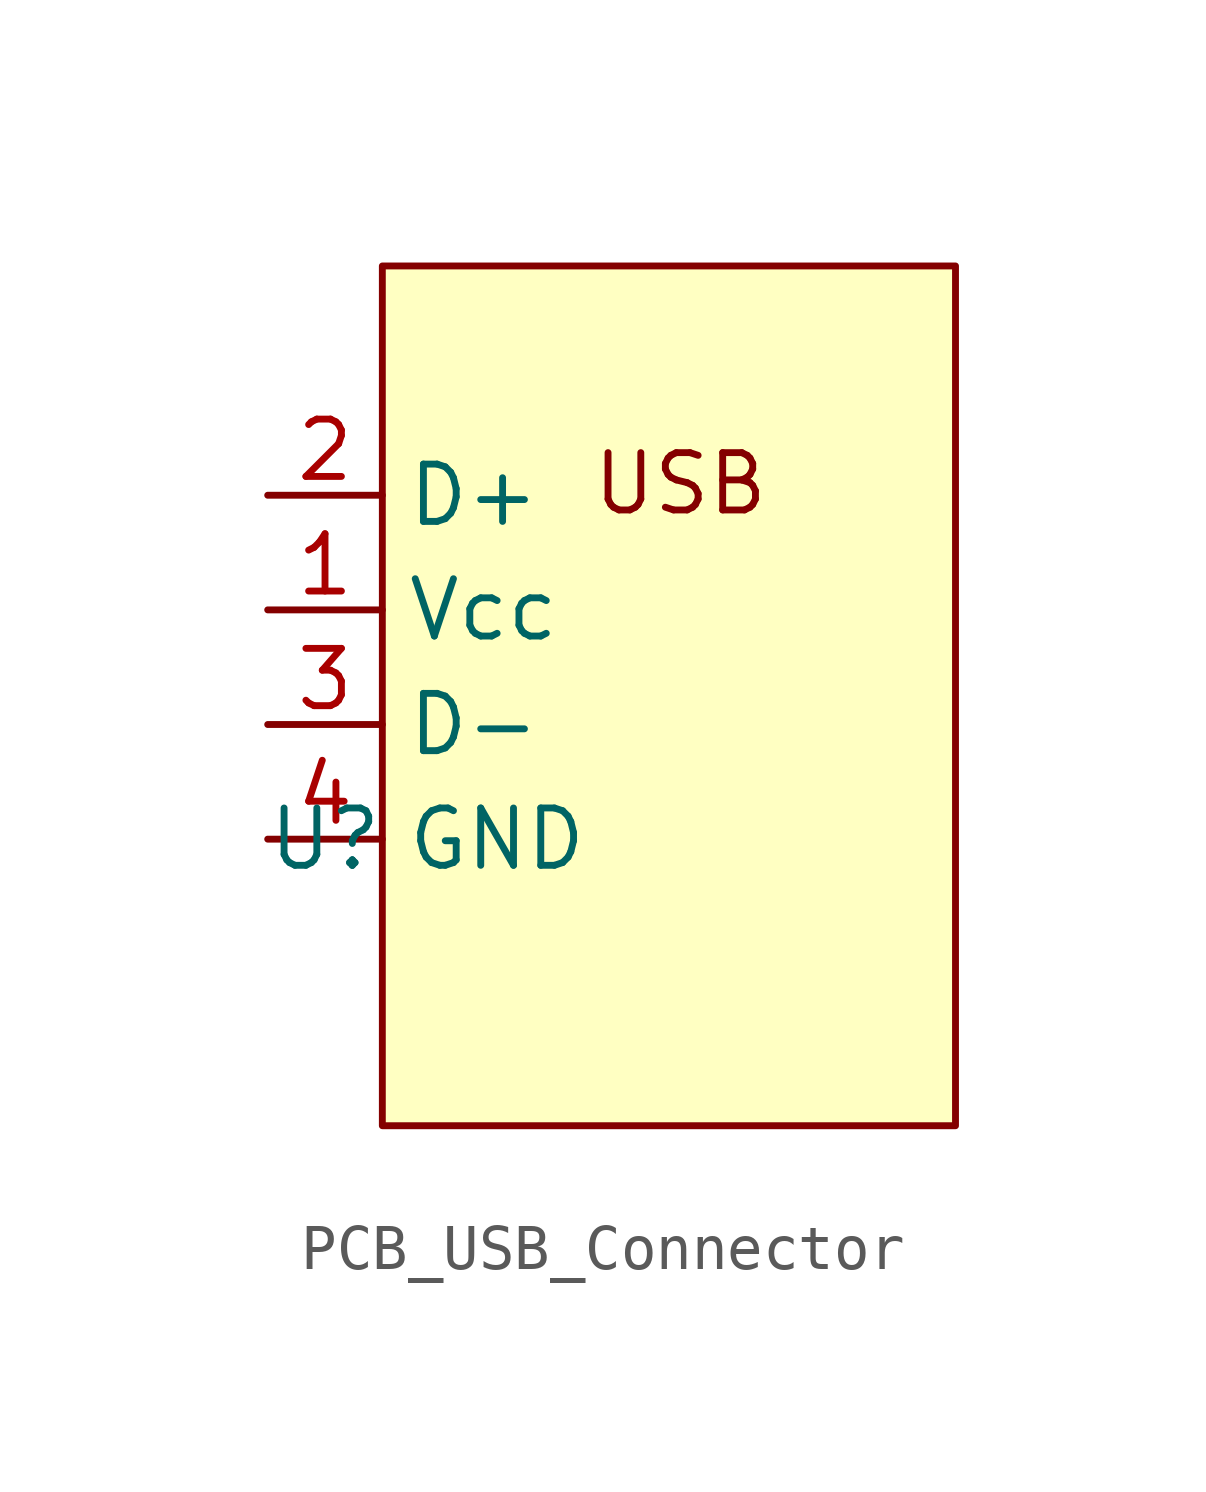
<source format=kicad_sym>
(kicad_symbol_lib
  (version 20231120)
  (generator "kicad_symbol_editor")
  (generator_version "8.0")
  (symbol "PCB_USB_Connector"
    (property "Reference" "U"
      (at -1.27 6.35 0)
      (effects (font (size 1.27 1.27))))
    (property "Value" ""
      (at -1.27 6.35 0)
      (effects (font (size 1.27 1.27))))
    (symbol "PCB_USB_Connector_1_1"
      (rectangle (start 0 19.05) (end 12.7 0) (stroke (width 0) (type default)) (fill (type background)))
      (text "USB" (at 6.604 14.224 0) (effects (font (size 1.27 1.27))))
      (pin power_in line (at -2.54 11.43 0) (length 2.54) (name "Vcc" (effects (font (size 1.27 1.27)))) (number "1" (effects (font (size 1.27 1.27)))))
      (pin bidirectional line (at -2.54 13.97 0) (length 2.54) (name "D+" (effects (font (size 1.27 1.27)))) (number "2" (effects (font (size 1.27 1.27)))))
      (pin bidirectional line (at -2.54 8.89 0) (length 2.54) (name "D-" (effects (font (size 1.27 1.27)))) (number "3" (effects (font (size 1.27 1.27)))))
      (pin power_in line (at -2.54 6.35 0) (length 2.54) (name "GND" (effects (font (size 1.27 1.27)))) (number "4" (effects (font (size 1.27 1.27))))))))
</source>
